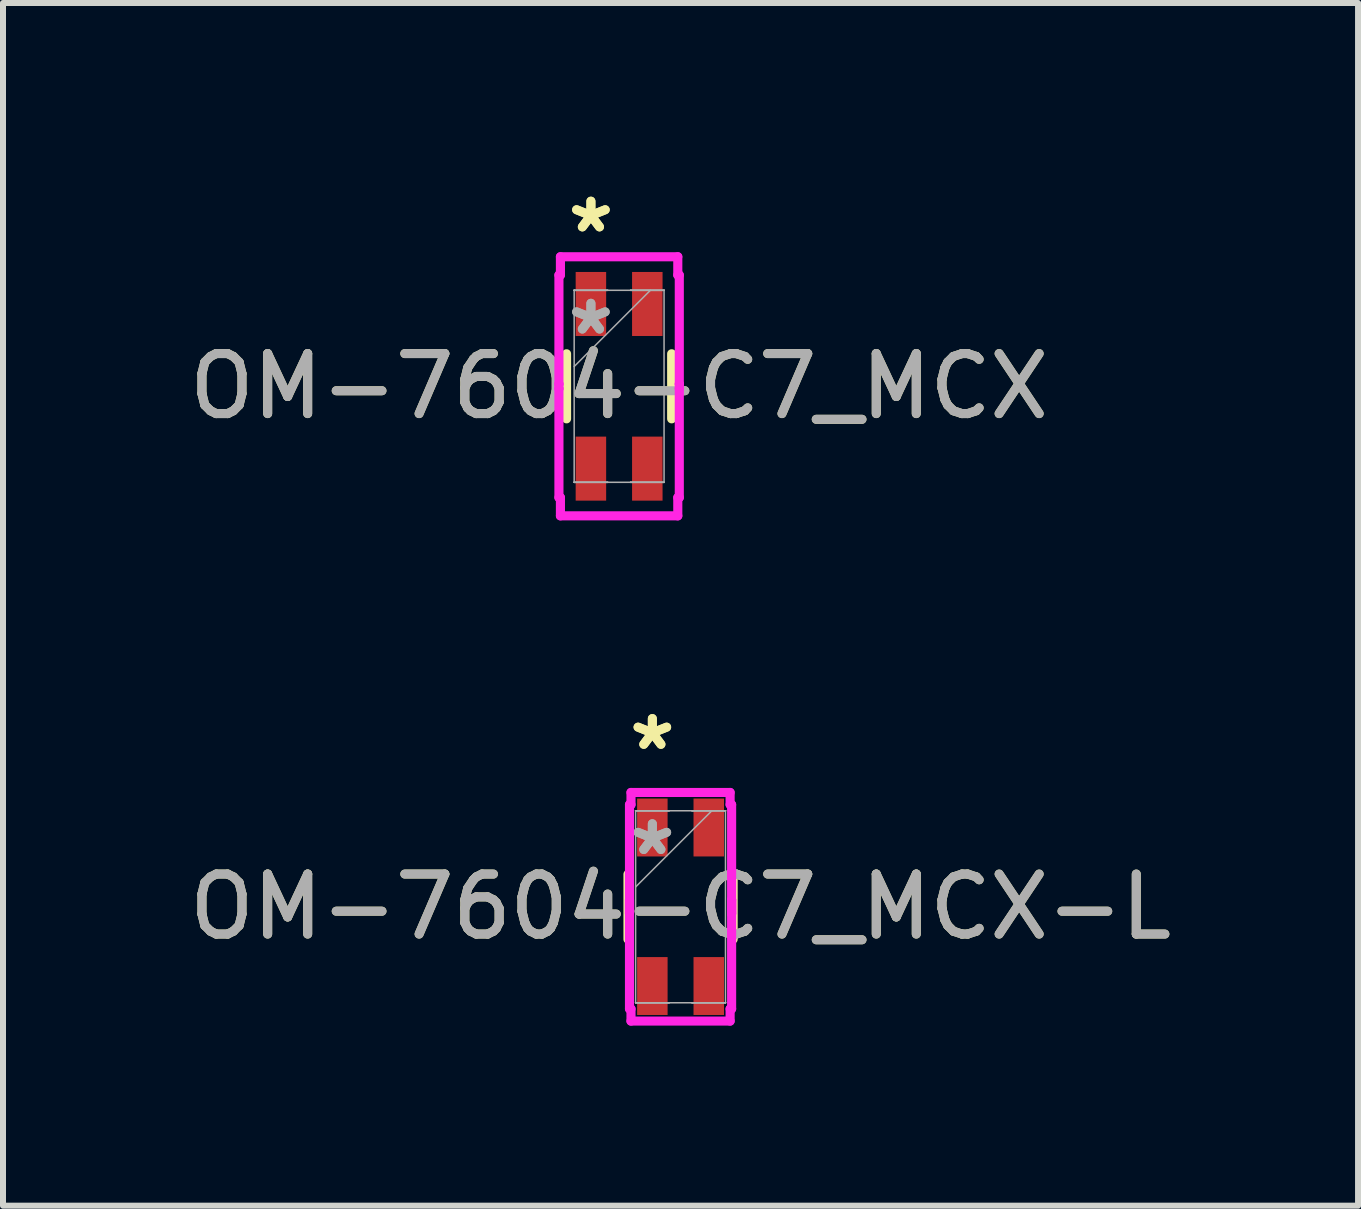
<source format=kicad_pcb>
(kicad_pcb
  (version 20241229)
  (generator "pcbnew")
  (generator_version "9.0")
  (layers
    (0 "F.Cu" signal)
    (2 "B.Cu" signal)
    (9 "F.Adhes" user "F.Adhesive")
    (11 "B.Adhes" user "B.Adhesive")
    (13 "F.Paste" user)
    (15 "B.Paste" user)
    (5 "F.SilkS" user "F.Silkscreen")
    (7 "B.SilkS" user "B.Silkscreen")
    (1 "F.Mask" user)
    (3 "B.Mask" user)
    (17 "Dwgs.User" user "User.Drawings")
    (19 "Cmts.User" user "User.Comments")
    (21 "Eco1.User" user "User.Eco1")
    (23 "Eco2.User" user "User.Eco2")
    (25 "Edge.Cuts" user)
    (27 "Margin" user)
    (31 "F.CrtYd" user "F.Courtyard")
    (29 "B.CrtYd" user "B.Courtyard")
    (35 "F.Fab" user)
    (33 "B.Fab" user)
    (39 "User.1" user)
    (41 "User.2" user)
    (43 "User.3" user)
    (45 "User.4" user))
  (footprint "OM-7604-C7_MCX-L"
    (layer "F.Cu")
    (at 8.292 12.062)
    (property "Reference" "OM-7604-C7_MCX-L" (at 0 0 0) (unlocked yes) (layer "F.SilkS") (effects (font (size 1 1) (thickness 0.15))))
    (attr smd)
    (fp_line (start -0.876 -0.542) (end -0.876 0.542) (stroke (width 0.152) (type solid)) (layer "F.SilkS"))
    (fp_line (start 0.876 0.542) (end 0.876 -0.542) (stroke (width 0.152) (type solid)) (layer "F.SilkS"))
    (fp_line (start -0.851 -1.702) (end -0.826 -1.702) (stroke (width 0.152) (type solid)) (layer "F.CrtYd"))
    (fp_line (start -0.851 -0.114) (end -0.851 -0.114) (stroke (width 0.152) (type solid)) (layer "F.CrtYd"))
    (fp_line (start -0.851 -0.114) (end -0.851 0.114) (stroke (width 0.152) (type solid)) (layer "F.CrtYd"))
    (fp_line (start -0.851 0.114) (end -0.851 -1.702) (stroke (width 0.152) (type solid)) (layer "F.CrtYd"))
    (fp_line (start -0.851 0.114) (end -0.851 0.114) (stroke (width 0.152) (type solid)) (layer "F.CrtYd"))
    (fp_line (start -0.851 1.702) (end -0.851 -0.114) (stroke (width 0.152) (type solid)) (layer "F.CrtYd"))
    (fp_line (start -0.826 -1.905) (end 0.826 -1.905) (stroke (width 0.152) (type solid)) (layer "F.CrtYd"))
    (fp_line (start -0.826 -1.702) (end -0.826 -1.905) (stroke (width 0.152) (type solid)) (layer "F.CrtYd"))
    (fp_line (start -0.826 1.702) (end -0.851 1.702) (stroke (width 0.152) (type solid)) (layer "F.CrtYd"))
    (fp_line (start -0.826 1.905) (end -0.826 1.702) (stroke (width 0.152) (type solid)) (layer "F.CrtYd"))
    (fp_line (start 0.826 -1.905) (end 0.826 -1.702) (stroke (width 0.152) (type solid)) (layer "F.CrtYd"))
    (fp_line (start 0.826 -1.702) (end 0.851 -1.702) (stroke (width 0.152) (type solid)) (layer "F.CrtYd"))
    (fp_line (start 0.826 1.702) (end 0.826 1.905) (stroke (width 0.152) (type solid)) (layer "F.CrtYd"))
    (fp_line (start 0.826 1.905) (end -0.826 1.905) (stroke (width 0.152) (type solid)) (layer "F.CrtYd"))
    (fp_line (start 0.851 -1.702) (end 0.851 0.114) (stroke (width 0.152) (type solid)) (layer "F.CrtYd"))
    (fp_line (start 0.851 -0.114) (end 0.851 -0.114) (stroke (width 0.152) (type solid)) (layer "F.CrtYd"))
    (fp_line (start 0.851 -0.114) (end 0.851 1.702) (stroke (width 0.152) (type solid)) (layer "F.CrtYd"))
    (fp_line (start 0.851 0.114) (end 0.851 -0.114) (stroke (width 0.152) (type solid)) (layer "F.CrtYd"))
    (fp_line (start 0.851 0.114) (end 0.851 0.114) (stroke (width 0.152) (type solid)) (layer "F.CrtYd"))
    (fp_line (start 0.851 1.702) (end 0.826 1.702) (stroke (width 0.152) (type solid)) (layer "F.CrtYd"))
    (fp_line (start -0.749 -1.6) (end -0.749 -1.6) (stroke (width 0.025) (type solid)) (layer "F.Fab"))
    (fp_line (start -0.749 -1.6) (end -0.749 -1.6) (stroke (width 0.025) (type solid)) (layer "F.Fab"))
    (fp_line (start -0.749 -1.6) (end -0.749 1.6) (stroke (width 0.025) (type solid)) (layer "F.Fab"))
    (fp_line (start -0.749 -1.6) (end -0.191 -1.6) (stroke (width 0.025) (type solid)) (layer "F.Fab"))
    (fp_line (start -0.749 -0.33) (end 0.521 -1.6) (stroke (width 0.025) (type solid)) (layer "F.Fab"))
    (fp_line (start -0.749 1.6) (end -0.749 1.6) (stroke (width 0.025) (type solid)) (layer "F.Fab"))
    (fp_line (start -0.749 1.6) (end -0.749 1.6) (stroke (width 0.025) (type solid)) (layer "F.Fab"))
    (fp_line (start -0.749 1.6) (end -0.191 1.6) (stroke (width 0.025) (type solid)) (layer "F.Fab"))
    (fp_line (start -0.749 1.6) (end 0.749 1.6) (stroke (width 0.025) (type solid)) (layer "F.Fab"))
    (fp_line (start -0.191 -1.6) (end -0.749 -1.6) (stroke (width 0.025) (type solid)) (layer "F.Fab"))
    (fp_line (start -0.191 -1.6) (end -0.191 -1.6) (stroke (width 0.025) (type solid)) (layer "F.Fab"))
    (fp_line (start -0.191 1.6) (end -0.749 1.6) (stroke (width 0.025) (type solid)) (layer "F.Fab"))
    (fp_line (start -0.191 1.6) (end -0.191 1.6) (stroke (width 0.025) (type solid)) (layer "F.Fab"))
    (fp_line (start 0.191 -1.6) (end 0.191 -1.6) (stroke (width 0.025) (type solid)) (layer "F.Fab"))
    (fp_line (start 0.191 -1.6) (end 0.749 -1.6) (stroke (width 0.025) (type solid)) (layer "F.Fab"))
    (fp_line (start 0.191 1.6) (end 0.191 1.6) (stroke (width 0.025) (type solid)) (layer "F.Fab"))
    (fp_line (start 0.191 1.6) (end 0.749 1.6) (stroke (width 0.025) (type solid)) (layer "F.Fab"))
    (fp_line (start 0.749 -1.6) (end -0.749 -1.6) (stroke (width 0.025) (type solid)) (layer "F.Fab"))
    (fp_line (start 0.749 -1.6) (end 0.191 -1.6) (stroke (width 0.025) (type solid)) (layer "F.Fab"))
    (fp_line (start 0.749 -1.6) (end 0.749 -1.6) (stroke (width 0.025) (type solid)) (layer "F.Fab"))
    (fp_line (start 0.749 -1.6) (end 0.749 -1.6) (stroke (width 0.025) (type solid)) (layer "F.Fab"))
    (fp_line (start 0.749 1.6) (end 0.191 1.6) (stroke (width 0.025) (type solid)) (layer "F.Fab"))
    (fp_line (start 0.749 1.6) (end 0.749 -1.6) (stroke (width 0.025) (type solid)) (layer "F.Fab"))
    (fp_line (start 0.749 1.6) (end 0.749 1.6) (stroke (width 0.025) (type solid)) (layer "F.Fab"))
    (fp_line (start 0.749 1.6) (end 0.749 1.6) (stroke (width 0.025) (type solid)) (layer "F.Fab"))
    (fp_text user "*" (at -0.47 -2.591 0) (unlocked yes) (layer "F.SilkS") (effects (font (size 1 1) (thickness 0.15))))
    (fp_text user "*" (at -0.47 -2.591 0) (layer "F.SilkS") (effects (font (size 1 1) (thickness 0.15))))
    (fp_text user "${REFERENCE}" (at 0 0 0) (unlocked yes) (layer "F.Fab") (effects (font (size 1 1) (thickness 0.15))))
    (fp_text user "*" (at -0.47 -0.838 0) (layer "F.Fab") (effects (font (size 1 1) (thickness 0.15))))
    (fp_text user "*" (at -0.47 -0.838 0) (unlocked yes) (layer "F.Fab") (effects (font (size 1 1) (thickness 0.15))))
    (pad "1" smd rect (at -0.47 -1.321) (size 0.508 0.965) (layers "F.Cu" "F.Mask" "F.Paste"))
    (pad "2" smd rect (at -0.47 1.321) (size 0.508 0.965) (layers "F.Cu" "F.Mask" "F.Paste"))
    (pad "3" smd rect (at 0.47 1.321) (size 0.508 0.965) (layers "F.Cu" "F.Mask" "F.Paste"))
    (pad "4" smd rect (at 0.47 -1.321) (size 0.508 0.965) (layers "F.Cu" "F.Mask" "F.Paste")))
  (footprint "OM-7604-C7_MCX"
    (layer "F.Cu")
    (at 7.268 3.388)
    (property "Reference" "OM-7604-C7_MCX" (at 0 0 0) (unlocked yes) (layer "F.SilkS") (effects (font (size 1 1) (thickness 0.15))))
    (attr smd)
    (fp_line (start -0.876 -0.542) (end -0.876 0.542) (stroke (width 0.152) (type solid)) (layer "F.SilkS"))
    (fp_line (start 0.876 0.542) (end 0.876 -0.542) (stroke (width 0.152) (type solid)) (layer "F.SilkS"))
    (fp_line (start -1.003 -1.854) (end -0.978 -1.854) (stroke (width 0.152) (type solid)) (layer "F.CrtYd"))
    (fp_line (start -1.003 -0.038) (end -1.003 -1.854) (stroke (width 0.152) (type solid)) (layer "F.CrtYd"))
    (fp_line (start -1.003 -0.038) (end -1.003 -0.038) (stroke (width 0.152) (type solid)) (layer "F.CrtYd"))
    (fp_line (start -1.003 0.038) (end -1.003 -0.038) (stroke (width 0.152) (type solid)) (layer "F.CrtYd"))
    (fp_line (start -1.003 0.038) (end -1.003 0.038) (stroke (width 0.152) (type solid)) (layer "F.CrtYd"))
    (fp_line (start -1.003 1.854) (end -1.003 0.038) (stroke (width 0.152) (type solid)) (layer "F.CrtYd"))
    (fp_line (start -0.978 -2.159) (end 0.978 -2.159) (stroke (width 0.152) (type solid)) (layer "F.CrtYd"))
    (fp_line (start -0.978 -1.854) (end -0.978 -2.159) (stroke (width 0.152) (type solid)) (layer "F.CrtYd"))
    (fp_line (start -0.978 1.854) (end -1.003 1.854) (stroke (width 0.152) (type solid)) (layer "F.CrtYd"))
    (fp_line (start -0.978 2.159) (end -0.978 1.854) (stroke (width 0.152) (type solid)) (layer "F.CrtYd"))
    (fp_line (start 0.978 -2.159) (end 0.978 -1.854) (stroke (width 0.152) (type solid)) (layer "F.CrtYd"))
    (fp_line (start 0.978 -1.854) (end 1.003 -1.854) (stroke (width 0.152) (type solid)) (layer "F.CrtYd"))
    (fp_line (start 0.978 1.854) (end 0.978 2.159) (stroke (width 0.152) (type solid)) (layer "F.CrtYd"))
    (fp_line (start 0.978 2.159) (end -0.978 2.159) (stroke (width 0.152) (type solid)) (layer "F.CrtYd"))
    (fp_line (start 1.003 -1.854) (end 1.003 -0.038) (stroke (width 0.152) (type solid)) (layer "F.CrtYd"))
    (fp_line (start 1.003 -0.038) (end 1.003 -0.038) (stroke (width 0.152) (type solid)) (layer "F.CrtYd"))
    (fp_line (start 1.003 -0.038) (end 1.003 0.038) (stroke (width 0.152) (type solid)) (layer "F.CrtYd"))
    (fp_line (start 1.003 0.038) (end 1.003 0.038) (stroke (width 0.152) (type solid)) (layer "F.CrtYd"))
    (fp_line (start 1.003 0.038) (end 1.003 1.854) (stroke (width 0.152) (type solid)) (layer "F.CrtYd"))
    (fp_line (start 1.003 1.854) (end 0.978 1.854) (stroke (width 0.152) (type solid)) (layer "F.CrtYd"))
    (fp_line (start -0.749 -1.6) (end -0.749 -1.6) (stroke (width 0.025) (type solid)) (layer "F.Fab"))
    (fp_line (start -0.749 -1.6) (end -0.749 -1.6) (stroke (width 0.025) (type solid)) (layer "F.Fab"))
    (fp_line (start -0.749 -1.6) (end -0.749 1.6) (stroke (width 0.025) (type solid)) (layer "F.Fab"))
    (fp_line (start -0.749 -1.6) (end -0.191 -1.6) (stroke (width 0.025) (type solid)) (layer "F.Fab"))
    (fp_line (start -0.749 -0.33) (end 0.521 -1.6) (stroke (width 0.025) (type solid)) (layer "F.Fab"))
    (fp_line (start -0.749 1.6) (end -0.749 1.6) (stroke (width 0.025) (type solid)) (layer "F.Fab"))
    (fp_line (start -0.749 1.6) (end -0.749 1.6) (stroke (width 0.025) (type solid)) (layer "F.Fab"))
    (fp_line (start -0.749 1.6) (end -0.191 1.6) (stroke (width 0.025) (type solid)) (layer "F.Fab"))
    (fp_line (start -0.749 1.6) (end 0.749 1.6) (stroke (width 0.025) (type solid)) (layer "F.Fab"))
    (fp_line (start -0.191 -1.6) (end -0.749 -1.6) (stroke (width 0.025) (type solid)) (layer "F.Fab"))
    (fp_line (start -0.191 -1.6) (end -0.191 -1.6) (stroke (width 0.025) (type solid)) (layer "F.Fab"))
    (fp_line (start -0.191 1.6) (end -0.749 1.6) (stroke (width 0.025) (type solid)) (layer "F.Fab"))
    (fp_line (start -0.191 1.6) (end -0.191 1.6) (stroke (width 0.025) (type solid)) (layer "F.Fab"))
    (fp_line (start 0.191 -1.6) (end 0.191 -1.6) (stroke (width 0.025) (type solid)) (layer "F.Fab"))
    (fp_line (start 0.191 -1.6) (end 0.749 -1.6) (stroke (width 0.025) (type solid)) (layer "F.Fab"))
    (fp_line (start 0.191 1.6) (end 0.191 1.6) (stroke (width 0.025) (type solid)) (layer "F.Fab"))
    (fp_line (start 0.191 1.6) (end 0.749 1.6) (stroke (width 0.025) (type solid)) (layer "F.Fab"))
    (fp_line (start 0.749 -1.6) (end -0.749 -1.6) (stroke (width 0.025) (type solid)) (layer "F.Fab"))
    (fp_line (start 0.749 -1.6) (end 0.191 -1.6) (stroke (width 0.025) (type solid)) (layer "F.Fab"))
    (fp_line (start 0.749 -1.6) (end 0.749 -1.6) (stroke (width 0.025) (type solid)) (layer "F.Fab"))
    (fp_line (start 0.749 -1.6) (end 0.749 -1.6) (stroke (width 0.025) (type solid)) (layer "F.Fab"))
    (fp_line (start 0.749 1.6) (end 0.191 1.6) (stroke (width 0.025) (type solid)) (layer "F.Fab"))
    (fp_line (start 0.749 1.6) (end 0.749 -1.6) (stroke (width 0.025) (type solid)) (layer "F.Fab"))
    (fp_line (start 0.749 1.6) (end 0.749 1.6) (stroke (width 0.025) (type solid)) (layer "F.Fab"))
    (fp_line (start 0.749 1.6) (end 0.749 1.6) (stroke (width 0.025) (type solid)) (layer "F.Fab"))
    (fp_text user "*" (at -0.47 -2.54 0) (layer "F.SilkS") (effects (font (size 1 1) (thickness 0.15))))
    (fp_text user "*" (at -0.47 -2.54 0) (unlocked yes) (layer "F.SilkS") (effects (font (size 1 1) (thickness 0.15))))
    (fp_text user "${REFERENCE}" (at 0 0 0) (unlocked yes) (layer "F.Fab") (effects (font (size 1 1) (thickness 0.15))))
    (fp_text user "*" (at -0.47 -0.838 0) (unlocked yes) (layer "F.Fab") (effects (font (size 1 1) (thickness 0.15))))
    (fp_text user "*" (at -0.47 -0.838 0) (layer "F.Fab") (effects (font (size 1 1) (thickness 0.15))))
    (pad "1" smd rect (at -0.47 -1.372) (size 0.508 1.067) (layers "F.Cu" "F.Mask" "F.Paste"))
    (pad "2" smd rect (at -0.47 1.372) (size 0.508 1.067) (layers "F.Cu" "F.Mask" "F.Paste"))
    (pad "3" smd rect (at 0.47 1.372) (size 0.508 1.067) (layers "F.Cu" "F.Mask" "F.Paste"))
    (pad "4" smd rect (at 0.47 -1.372) (size 0.508 1.067) (layers "F.Cu" "F.Mask" "F.Paste")))
  (gr_rect
    (start -3 -3)
    (end 19.583 17.044)
    (stroke (width 0.1) (type default))
    (fill no)
    (layer "Edge.Cuts")))
</source>
